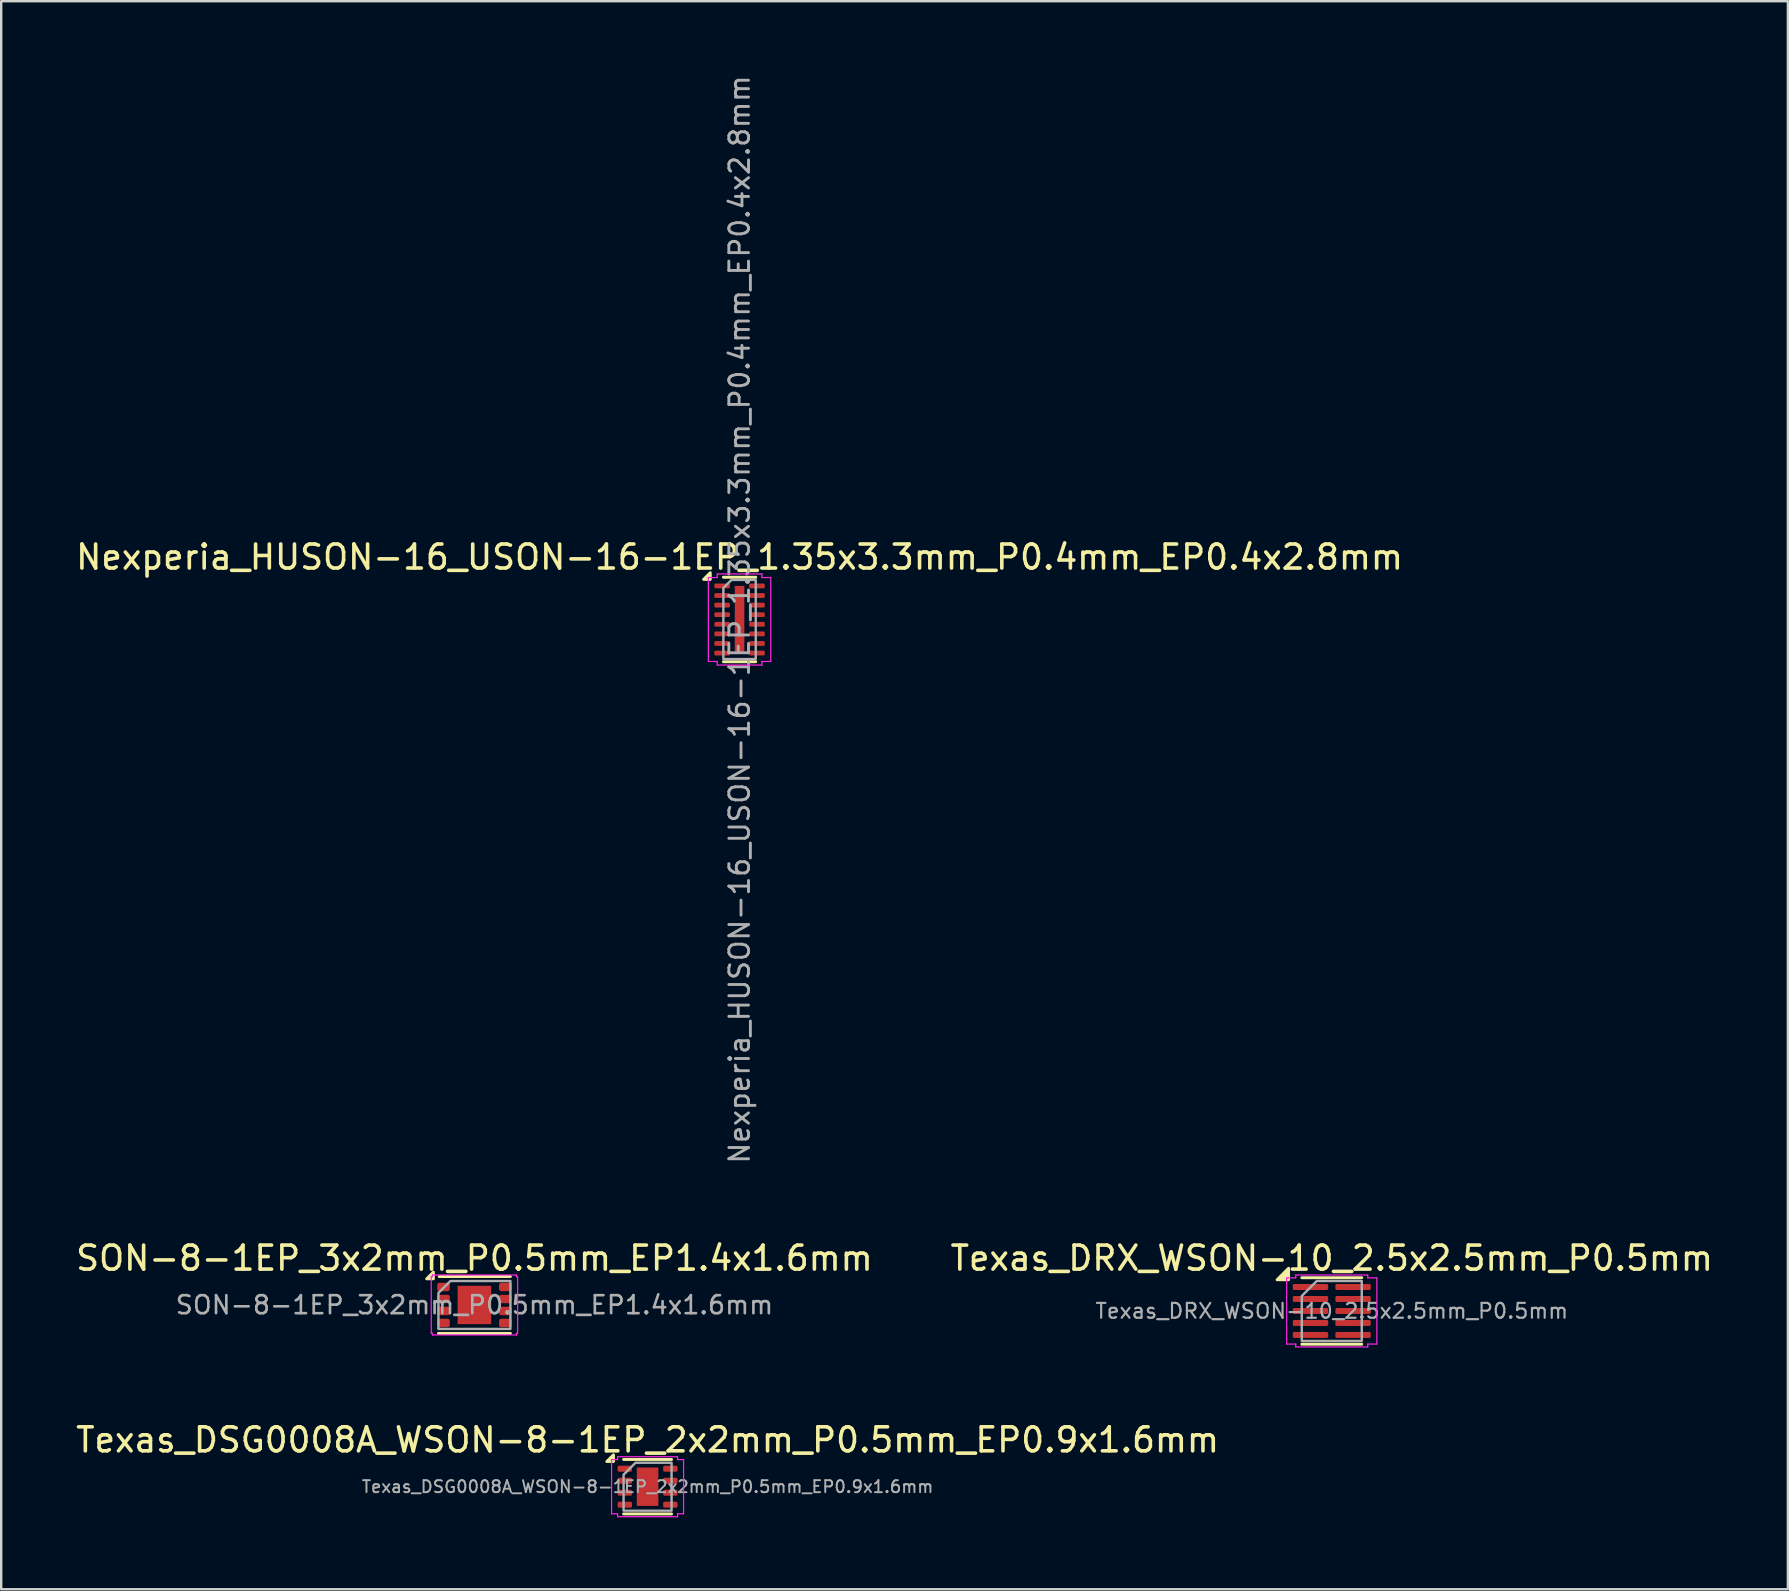
<source format=kicad_pcb>
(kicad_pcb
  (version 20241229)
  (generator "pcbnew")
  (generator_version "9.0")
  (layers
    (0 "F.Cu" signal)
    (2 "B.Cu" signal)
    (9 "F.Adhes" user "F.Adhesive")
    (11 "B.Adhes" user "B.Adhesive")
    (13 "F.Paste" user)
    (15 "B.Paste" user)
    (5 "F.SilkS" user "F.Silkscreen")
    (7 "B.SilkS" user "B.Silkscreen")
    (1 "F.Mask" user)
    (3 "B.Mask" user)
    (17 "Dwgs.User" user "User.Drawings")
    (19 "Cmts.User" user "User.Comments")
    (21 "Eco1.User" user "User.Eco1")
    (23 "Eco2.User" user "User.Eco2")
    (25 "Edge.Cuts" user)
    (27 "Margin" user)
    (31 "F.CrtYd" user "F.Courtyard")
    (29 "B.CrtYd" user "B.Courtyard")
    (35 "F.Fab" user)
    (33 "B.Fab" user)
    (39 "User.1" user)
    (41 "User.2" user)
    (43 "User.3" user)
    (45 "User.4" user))
  (footprint "Texas_DRX_WSON-10_2.5x2.5mm_P0.5mm"
    (layer "F.Cu")
    (at 52.446 51.579)
    (property "Reference" "Texas_DRX_WSON-10_2.5x2.5mm_P0.5mm" (at 0 -2.2 0) (layer "F.SilkS") (effects (font (size 1 1) (thickness 0.15))))
    (attr smd)
    (fp_line (start -1.25 -1.385) (end 1.25 -1.385) (stroke (width 0.12) (type solid)) (layer "F.SilkS"))
    (fp_line (start -1.25 1.385) (end 1.25 1.385) (stroke (width 0.12) (type solid)) (layer "F.SilkS"))
    (fp_poly (pts (xy -1.8 -1.3) (xy -2.28 -1.3) (xy -1.8 -1.78)) (stroke (width 0.12) (type solid)) (fill yes) (layer "F.SilkS"))
    (fp_line (start -1.88 -1.38) (end -1.5 -1.38) (stroke (width 0.05) (type solid)) (layer "F.CrtYd"))
    (fp_line (start -1.88 1.38) (end -1.88 -1.38) (stroke (width 0.05) (type solid)) (layer "F.CrtYd"))
    (fp_line (start -1.5 -1.5) (end 1.5 -1.5) (stroke (width 0.05) (type solid)) (layer "F.CrtYd"))
    (fp_line (start -1.5 -1.38) (end -1.5 -1.5) (stroke (width 0.05) (type solid)) (layer "F.CrtYd"))
    (fp_line (start -1.5 1.38) (end -1.88 1.38) (stroke (width 0.05) (type solid)) (layer "F.CrtYd"))
    (fp_line (start -1.5 1.5) (end -1.5 1.38) (stroke (width 0.05) (type solid)) (layer "F.CrtYd"))
    (fp_line (start 1.5 -1.5) (end 1.5 -1.38) (stroke (width 0.05) (type solid)) (layer "F.CrtYd"))
    (fp_line (start 1.5 -1.38) (end 1.88 -1.38) (stroke (width 0.05) (type solid)) (layer "F.CrtYd"))
    (fp_line (start 1.5 1.38) (end 1.5 1.5) (stroke (width 0.05) (type solid)) (layer "F.CrtYd"))
    (fp_line (start 1.5 1.5) (end -1.5 1.5) (stroke (width 0.05) (type solid)) (layer "F.CrtYd"))
    (fp_line (start 1.88 -1.38) (end 1.88 1.38) (stroke (width 0.05) (type solid)) (layer "F.CrtYd"))
    (fp_line (start 1.88 1.38) (end 1.5 1.38) (stroke (width 0.05) (type solid)) (layer "F.CrtYd"))
    (fp_poly (pts (xy -1.25 -0.625) (xy -1.25 1.25) (xy 1.25 1.25) (xy 1.25 -1.25) (xy -0.625 -1.25)) (stroke (width 0.1) (type solid)) (fill no) (layer "F.Fab"))
    (fp_text user "${REFERENCE}" (at 0 0 0) (layer "F.Fab") (effects (font (size 0.62 0.62) (thickness 0.09))))
    (pad "1" smd roundrect (at -0.887 -1) (size 1.475 0.25) (layers "F.Cu" "F.Mask" "F.Paste") (roundrect_rratio 0.25))
    (pad "2" smd roundrect (at -0.887 -0.5) (size 1.475 0.25) (layers "F.Cu" "F.Mask" "F.Paste") (roundrect_rratio 0.25))
    (pad "3" smd roundrect (at -0.887 0) (size 1.475 0.25) (layers "F.Cu" "F.Mask" "F.Paste") (roundrect_rratio 0.25))
    (pad "4" smd roundrect (at -0.887 0.5) (size 1.475 0.25) (layers "F.Cu" "F.Mask" "F.Paste") (roundrect_rratio 0.25))
    (pad "5" smd roundrect (at -0.887 1) (size 1.475 0.25) (layers "F.Cu" "F.Mask" "F.Paste") (roundrect_rratio 0.25))
    (pad "6" smd roundrect (at 0.887 1) (size 1.475 0.25) (layers "F.Cu" "F.Mask" "F.Paste") (roundrect_rratio 0.25))
    (pad "7" smd roundrect (at 0.887 0.5) (size 1.475 0.25) (layers "F.Cu" "F.Mask" "F.Paste") (roundrect_rratio 0.25))
    (pad "8" smd roundrect (at 0.887 0) (size 1.475 0.25) (layers "F.Cu" "F.Mask" "F.Paste") (roundrect_rratio 0.25))
    (pad "9" smd roundrect (at 0.887 -0.5) (size 1.475 0.25) (layers "F.Cu" "F.Mask" "F.Paste") (roundrect_rratio 0.25))
    (pad "10" smd roundrect (at 0.887 -1) (size 1.475 0.25) (layers "F.Cu" "F.Mask" "F.Paste") (roundrect_rratio 0.25)))
  (footprint "SON-8-1EP_3x2mm_P0.5mm_EP1.4x1.6mm"
    (layer "F.Cu")
    (at 16.72 51.329)
    (property "Reference" "SON-8-1EP_3x2mm_P0.5mm_EP1.4x1.6mm" (at 0 -1.95 0) (layer "F.SilkS") (effects (font (size 1 1) (thickness 0.15))))
    (attr smd)
    (fp_line (start -1.5 1.185) (end 1.5 1.185) (stroke (width 0.12) (type solid)) (layer "F.SilkS"))
    (fp_line (start -1.47 -1.185) (end 1.5 -1.185) (stroke (width 0.12) (type solid)) (layer "F.SilkS"))
    (fp_poly (pts (xy -1.71 -1.09) (xy -1.99 -1.09) (xy -1.71 -1.37)) (stroke (width 0.12) (type solid)) (fill yes) (layer "F.SilkS"))
    (fp_line (start -1.8 -1.18) (end -1.75 -1.18) (stroke (width 0.05) (type solid)) (layer "F.CrtYd"))
    (fp_line (start -1.8 1.18) (end -1.8 -1.18) (stroke (width 0.05) (type solid)) (layer "F.CrtYd"))
    (fp_line (start -1.75 -1.25) (end 1.75 -1.25) (stroke (width 0.05) (type solid)) (layer "F.CrtYd"))
    (fp_line (start -1.75 -1.18) (end -1.75 -1.25) (stroke (width 0.05) (type solid)) (layer "F.CrtYd"))
    (fp_line (start -1.75 1.18) (end -1.8 1.18) (stroke (width 0.05) (type solid)) (layer "F.CrtYd"))
    (fp_line (start -1.75 1.25) (end -1.75 1.18) (stroke (width 0.05) (type solid)) (layer "F.CrtYd"))
    (fp_line (start 1.75 -1.25) (end 1.75 -1.18) (stroke (width 0.05) (type solid)) (layer "F.CrtYd"))
    (fp_line (start 1.75 -1.18) (end 1.8 -1.18) (stroke (width 0.05) (type solid)) (layer "F.CrtYd"))
    (fp_line (start 1.75 1.18) (end 1.75 1.25) (stroke (width 0.05) (type solid)) (layer "F.CrtYd"))
    (fp_line (start 1.75 1.25) (end -1.75 1.25) (stroke (width 0.05) (type solid)) (layer "F.CrtYd"))
    (fp_line (start 1.8 -1.18) (end 1.8 1.18) (stroke (width 0.05) (type solid)) (layer "F.CrtYd"))
    (fp_line (start 1.8 1.18) (end 1.75 1.18) (stroke (width 0.05) (type solid)) (layer "F.CrtYd"))
    (fp_poly (pts (xy -1.5 -0.5) (xy -1.5 1) (xy 1.5 1) (xy 1.5 -1) (xy -1 -1)) (stroke (width 0.1) (type solid)) (fill no) (layer "F.Fab"))
    (fp_text user "${REFERENCE}" (at 0 0 0) (layer "F.Fab") (effects (font (size 0.75 0.75) (thickness 0.11))))
    (pad "" smd roundrect (at -0.35 -0.4) (size 0.56 0.64) (layers "F.Paste") (roundrect_rratio 0.25))
    (pad "" smd roundrect (at -0.35 0.4) (size 0.56 0.64) (layers "F.Paste") (roundrect_rratio 0.25))
    (pad "" smd roundrect (at 0.35 -0.4) (size 0.56 0.64) (layers "F.Paste") (roundrect_rratio 0.25))
    (pad "" smd roundrect (at 0.35 0.4) (size 0.56 0.64) (layers "F.Paste") (roundrect_rratio 0.25))
    (pad "1" smd roundrect (at -1.288 -0.75) (size 0.525 0.35) (layers "F.Cu" "F.Mask" "F.Paste") (roundrect_rratio 0.25))
    (pad "2" smd roundrect (at -1.288 -0.25) (size 0.525 0.35) (layers "F.Cu" "F.Mask" "F.Paste") (roundrect_rratio 0.25))
    (pad "3" smd roundrect (at -1.288 0.25) (size 0.525 0.35) (layers "F.Cu" "F.Mask" "F.Paste") (roundrect_rratio 0.25))
    (pad "4" smd roundrect (at -1.288 0.75) (size 0.525 0.35) (layers "F.Cu" "F.Mask" "F.Paste") (roundrect_rratio 0.25))
    (pad "5" smd roundrect (at 1.288 0.75) (size 0.525 0.35) (layers "F.Cu" "F.Mask" "F.Paste") (roundrect_rratio 0.25))
    (pad "6" smd roundrect (at 1.288 0.25) (size 0.525 0.35) (layers "F.Cu" "F.Mask" "F.Paste") (roundrect_rratio 0.25))
    (pad "7" smd roundrect (at 1.288 -0.25) (size 0.525 0.35) (layers "F.Cu" "F.Mask" "F.Paste") (roundrect_rratio 0.25))
    (pad "8" smd roundrect (at 1.288 -0.75) (size 0.525 0.35) (layers "F.Cu" "F.Mask" "F.Paste") (roundrect_rratio 0.25))
    (pad "9" smd rect (at 0 0) (size 1.4 1.6) (property pad_prop_heatsink) (layers "F.Cu" "F.Mask")))
  (footprint "Nexperia_HUSON-16_USON-16-1EP_1.35x3.3mm_P0.4mm_EP0.4x2.8mm"
    (layer "F.Cu")
    (at 27.768 22.765)
    (property "Reference" "Nexperia_HUSON-16_USON-16-1EP_1.35x3.3mm_P0.4mm_EP0.4x2.8mm" (at 0 -2.6 0) (layer "F.SilkS") (effects (font (size 1 1) (thickness 0.15))))
    (attr smd)
    (fp_line (start -0.675 -1.76) (end 0.675 -1.76) (stroke (width 0.12) (type solid)) (layer "F.SilkS"))
    (fp_line (start -0.675 1.76) (end 0.675 1.76) (stroke (width 0.12) (type solid)) (layer "F.SilkS"))
    (fp_poly (pts (xy -1.22 -1.67) (xy -1.5 -1.67) (xy -1.22 -1.95)) (stroke (width 0.12) (type solid)) (fill yes) (layer "F.SilkS"))
    (fp_line (start -1.3 -1.75) (end -0.93 -1.75) (stroke (width 0.05) (type solid)) (layer "F.CrtYd"))
    (fp_line (start -1.3 1.75) (end -1.3 -1.75) (stroke (width 0.05) (type solid)) (layer "F.CrtYd"))
    (fp_line (start -0.93 -1.9) (end 0.93 -1.9) (stroke (width 0.05) (type solid)) (layer "F.CrtYd"))
    (fp_line (start -0.93 -1.75) (end -0.93 -1.9) (stroke (width 0.05) (type solid)) (layer "F.CrtYd"))
    (fp_line (start -0.93 1.75) (end -1.3 1.75) (stroke (width 0.05) (type solid)) (layer "F.CrtYd"))
    (fp_line (start -0.93 1.9) (end -0.93 1.75) (stroke (width 0.05) (type solid)) (layer "F.CrtYd"))
    (fp_line (start 0.93 -1.9) (end 0.93 -1.75) (stroke (width 0.05) (type solid)) (layer "F.CrtYd"))
    (fp_line (start 0.93 -1.75) (end 1.3 -1.75) (stroke (width 0.05) (type solid)) (layer "F.CrtYd"))
    (fp_line (start 0.93 1.75) (end 0.93 1.9) (stroke (width 0.05) (type solid)) (layer "F.CrtYd"))
    (fp_line (start 0.93 1.9) (end -0.93 1.9) (stroke (width 0.05) (type solid)) (layer "F.CrtYd"))
    (fp_line (start 1.3 -1.75) (end 1.3 1.75) (stroke (width 0.05) (type solid)) (layer "F.CrtYd"))
    (fp_line (start 1.3 1.75) (end 0.93 1.75) (stroke (width 0.05) (type solid)) (layer "F.CrtYd"))
    (fp_poly (pts (xy -0.675 -1.312) (xy -0.675 1.65) (xy 0.675 1.65) (xy 0.675 -1.65) (xy -0.338 -1.65)) (stroke (width 0.1) (type solid)) (fill no) (layer "F.Fab"))
    (fp_text user "${REFERENCE}" (at 0 0 90) (layer "F.Fab") (effects (font (size 0.82 0.82) (thickness 0.12))))
    (pad "" smd roundrect (at 0 0) (size 0.32 2.26) (layers "F.Paste") (roundrect_rratio 0.25))
    (pad "1" smd roundrect (at -0.725 -1.4) (size 0.65 0.2) (layers "F.Cu" "F.Mask" "F.Paste") (roundrect_rratio 0.25))
    (pad "2" smd roundrect (at -0.725 -1) (size 0.65 0.2) (layers "F.Cu" "F.Mask" "F.Paste") (roundrect_rratio 0.25))
    (pad "3" smd roundrect (at -0.725 -0.6) (size 0.65 0.2) (layers "F.Cu" "F.Mask" "F.Paste") (roundrect_rratio 0.25))
    (pad "4" smd roundrect (at -0.725 -0.2) (size 0.65 0.2) (layers "F.Cu" "F.Mask" "F.Paste") (roundrect_rratio 0.25))
    (pad "5" smd roundrect (at -0.725 0.2) (size 0.65 0.2) (layers "F.Cu" "F.Mask" "F.Paste") (roundrect_rratio 0.25))
    (pad "6" smd roundrect (at -0.725 0.6) (size 0.65 0.2) (layers "F.Cu" "F.Mask" "F.Paste") (roundrect_rratio 0.25))
    (pad "7" smd roundrect (at -0.725 1) (size 0.65 0.2) (layers "F.Cu" "F.Mask" "F.Paste") (roundrect_rratio 0.25))
    (pad "8" smd roundrect (at -0.725 1.4) (size 0.65 0.2) (layers "F.Cu" "F.Mask" "F.Paste") (roundrect_rratio 0.25))
    (pad "9" smd roundrect (at 0.725 1.4) (size 0.65 0.2) (layers "F.Cu" "F.Mask" "F.Paste") (roundrect_rratio 0.25))
    (pad "10" smd roundrect (at 0.725 1) (size 0.65 0.2) (layers "F.Cu" "F.Mask" "F.Paste") (roundrect_rratio 0.25))
    (pad "11" smd roundrect (at 0.725 0.6) (size 0.65 0.2) (layers "F.Cu" "F.Mask" "F.Paste") (roundrect_rratio 0.25))
    (pad "12" smd roundrect (at 0.725 0.2) (size 0.65 0.2) (layers "F.Cu" "F.Mask" "F.Paste") (roundrect_rratio 0.25))
    (pad "13" smd roundrect (at 0.725 -0.2) (size 0.65 0.2) (layers "F.Cu" "F.Mask" "F.Paste") (roundrect_rratio 0.25))
    (pad "14" smd roundrect (at 0.725 -0.6) (size 0.65 0.2) (layers "F.Cu" "F.Mask" "F.Paste") (roundrect_rratio 0.25))
    (pad "15" smd roundrect (at 0.725 -1) (size 0.65 0.2) (layers "F.Cu" "F.Mask" "F.Paste") (roundrect_rratio 0.25))
    (pad "16" smd roundrect (at 0.725 -1.4) (size 0.65 0.2) (layers "F.Cu" "F.Mask" "F.Paste") (roundrect_rratio 0.25))
    (pad "17" smd rect (at 0 0) (size 0.4 2.8) (property pad_prop_heatsink) (layers "F.Cu" "F.Mask")))
  (footprint "Texas_DSG0008A_WSON-8-1EP_2x2mm_P0.5mm_EP0.9x1.6mm"
    (layer "F.Cu")
    (at 23.935 58.902)
    (property "Reference" "Texas_DSG0008A_WSON-8-1EP_2x2mm_P0.5mm_EP0.9x1.6mm" (at 0 -1.95 0) (layer "F.SilkS") (effects (font (size 1 1) (thickness 0.15))))
    (attr smd)
    (fp_line (start -1 -1.135) (end 1 -1.135) (stroke (width 0.12) (type solid)) (layer "F.SilkS"))
    (fp_line (start -1 1.135) (end 1 1.135) (stroke (width 0.12) (type solid)) (layer "F.SilkS"))
    (fp_poly (pts (xy -1.42 -1.05) (xy -1.7 -1.05) (xy -1.42 -1.33)) (stroke (width 0.12) (type solid)) (fill yes) (layer "F.SilkS"))
    (fp_line (start -1.5 -1.13) (end -1.25 -1.13) (stroke (width 0.05) (type solid)) (layer "F.CrtYd"))
    (fp_line (start -1.5 1.13) (end -1.5 -1.13) (stroke (width 0.05) (type solid)) (layer "F.CrtYd"))
    (fp_line (start -1.25 -1.25) (end 1.25 -1.25) (stroke (width 0.05) (type solid)) (layer "F.CrtYd"))
    (fp_line (start -1.25 -1.13) (end -1.25 -1.25) (stroke (width 0.05) (type solid)) (layer "F.CrtYd"))
    (fp_line (start -1.25 1.13) (end -1.5 1.13) (stroke (width 0.05) (type solid)) (layer "F.CrtYd"))
    (fp_line (start -1.25 1.25) (end -1.25 1.13) (stroke (width 0.05) (type solid)) (layer "F.CrtYd"))
    (fp_line (start 1.25 -1.25) (end 1.25 -1.13) (stroke (width 0.05) (type solid)) (layer "F.CrtYd"))
    (fp_line (start 1.25 -1.13) (end 1.5 -1.13) (stroke (width 0.05) (type solid)) (layer "F.CrtYd"))
    (fp_line (start 1.25 1.13) (end 1.25 1.25) (stroke (width 0.05) (type solid)) (layer "F.CrtYd"))
    (fp_line (start 1.25 1.25) (end -1.25 1.25) (stroke (width 0.05) (type solid)) (layer "F.CrtYd"))
    (fp_line (start 1.5 -1.13) (end 1.5 1.13) (stroke (width 0.05) (type solid)) (layer "F.CrtYd"))
    (fp_line (start 1.5 1.13) (end 1.25 1.13) (stroke (width 0.05) (type solid)) (layer "F.CrtYd"))
    (fp_poly (pts (xy -1 -0.5) (xy -1 1) (xy 1 1) (xy 1 -1) (xy -0.5 -1)) (stroke (width 0.1) (type solid)) (fill no) (layer "F.Fab"))
    (fp_text user "${REFERENCE}" (at 0 0 0) (layer "F.Fab") (effects (font (size 0.5 0.5) (thickness 0.08))))
    (pad "" smd roundrect (at 0 -0.4) (size 0.73 0.64) (layers "F.Paste") (roundrect_rratio 0.25))
    (pad "" smd roundrect (at 0 0.4) (size 0.73 0.64) (layers "F.Paste") (roundrect_rratio 0.25))
    (pad "1" smd roundrect (at -0.95 -0.75) (size 0.6 0.25) (layers "F.Cu" "F.Mask" "F.Paste") (roundrect_rratio 0.25))
    (pad "2" smd roundrect (at -0.95 -0.25) (size 0.6 0.25) (layers "F.Cu" "F.Mask" "F.Paste") (roundrect_rratio 0.25))
    (pad "3" smd roundrect (at -0.95 0.25) (size 0.6 0.25) (layers "F.Cu" "F.Mask" "F.Paste") (roundrect_rratio 0.25))
    (pad "4" smd roundrect (at -0.95 0.75) (size 0.6 0.25) (layers "F.Cu" "F.Mask" "F.Paste") (roundrect_rratio 0.25))
    (pad "5" smd roundrect (at 0.95 0.75) (size 0.6 0.25) (layers "F.Cu" "F.Mask" "F.Paste") (roundrect_rratio 0.25))
    (pad "6" smd roundrect (at 0.95 0.25) (size 0.6 0.25) (layers "F.Cu" "F.Mask" "F.Paste") (roundrect_rratio 0.25))
    (pad "7" smd roundrect (at 0.95 -0.25) (size 0.6 0.25) (layers "F.Cu" "F.Mask" "F.Paste") (roundrect_rratio 0.25))
    (pad "8" smd roundrect (at 0.95 -0.75) (size 0.6 0.25) (layers "F.Cu" "F.Mask" "F.Paste") (roundrect_rratio 0.25))
    (pad "9" smd rect (at 0 0) (size 0.9 1.6) (property pad_prop_heatsink) (layers "F.Cu" "F.Mask")))
  (gr_rect
    (start -3 -3)
    (end 71.452 63.177)
    (stroke (width 0.1) (type default))
    (fill no)
    (layer "Edge.Cuts")))
</source>
